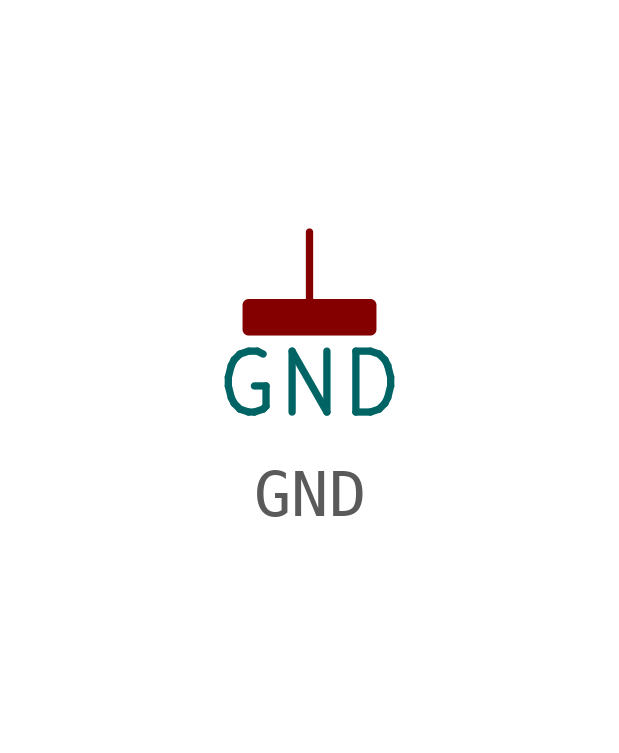
<source format=kicad_sym>
(kicad_symbol_lib
  (version 20220914)
  (generator kicad_symbol_editor)
  (symbol "GND"
    (power)
    (pin_names
      (offset 0))
    (property "Reference" "#PWR"
      (at 0 -6.35 0)
      (effects (font (size 1.27 1.27)) hide))
    (property "Value" "GND"
      (at 0 -3.175 0)
      (effects (font (size 1.27 1.27))))
    (symbol "GND_0_1"
      (rectangle (start -1.27 -1.524) (end 1.27 -2.032) (stroke (width 0.254) (type default)) (fill (type outline)))
      (polyline (pts (xy 0 0) (xy 0 -1.524)) (stroke (width 0) (type default)) (fill (type none))))
    (symbol "GND_1_1"
      (pin power_in line (at 0 0 270) (length 0) hide (name "GNDD" (effects (font (size 1.27 1.27)))) (number "1" (effects (font (size 1.27 1.27))))))))
</source>
